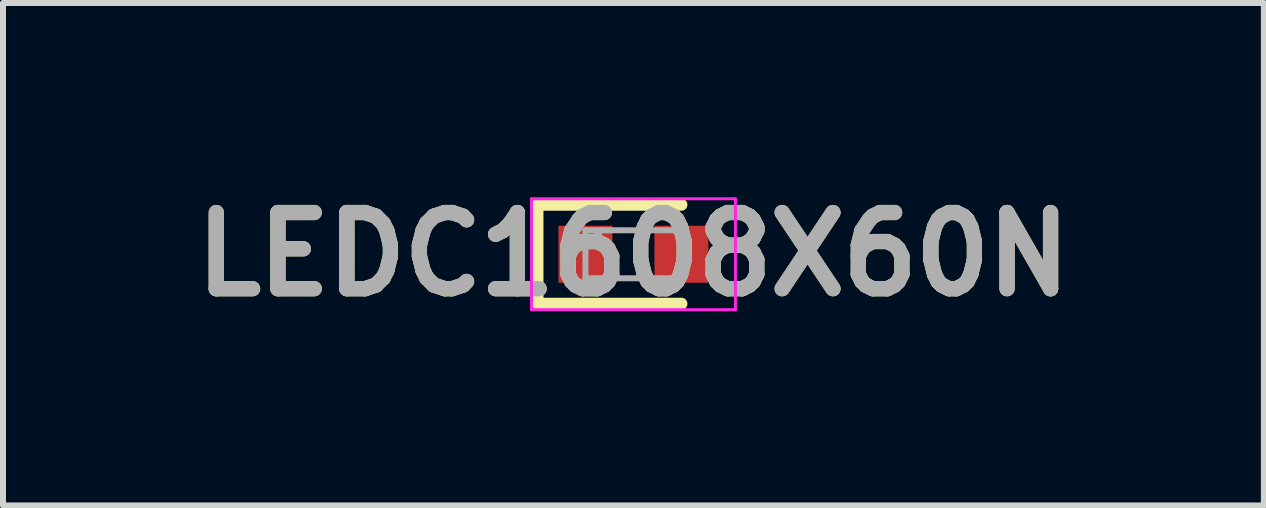
<source format=kicad_pcb>
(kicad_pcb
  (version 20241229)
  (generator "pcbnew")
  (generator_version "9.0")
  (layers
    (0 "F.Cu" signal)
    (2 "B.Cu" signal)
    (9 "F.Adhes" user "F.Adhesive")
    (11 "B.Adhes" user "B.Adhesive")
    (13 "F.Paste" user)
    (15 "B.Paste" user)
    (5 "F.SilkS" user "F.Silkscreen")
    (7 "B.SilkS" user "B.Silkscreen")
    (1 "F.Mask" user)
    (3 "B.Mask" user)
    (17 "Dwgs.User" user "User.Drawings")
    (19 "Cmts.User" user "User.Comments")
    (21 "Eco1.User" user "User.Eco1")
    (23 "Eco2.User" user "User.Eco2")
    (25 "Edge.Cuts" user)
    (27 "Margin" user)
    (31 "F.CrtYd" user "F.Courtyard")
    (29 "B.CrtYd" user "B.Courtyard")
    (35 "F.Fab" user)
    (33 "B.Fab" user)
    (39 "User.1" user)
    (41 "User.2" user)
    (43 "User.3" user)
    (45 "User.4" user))
  (footprint "LEDC1608X60N"
    (layer "F.Cu")
    (at 7.511 1.189)
    (property "Reference" "LEDC1608X60N" (at 0 0 0) (layer "F.SilkS") (effects (font (size 1.27 1.27) (thickness 0.254))))
    (attr smd)
    (fp_line (start -1.6 -0.825) (end -1.6 0.825) (stroke (width 0.2) (type solid)) (layer "F.SilkS"))
    (fp_line (start -1.6 0.825) (end 0.8 0.825) (stroke (width 0.2) (type solid)) (layer "F.SilkS"))
    (fp_line (start 0.8 -0.825) (end -1.6 -0.825) (stroke (width 0.2) (type solid)) (layer "F.SilkS"))
    (fp_line (start -1.7 -0.925) (end 1.7 -0.925) (stroke (width 0.05) (type solid)) (layer "F.CrtYd"))
    (fp_line (start -1.7 0.925) (end -1.7 -0.925) (stroke (width 0.05) (type solid)) (layer "F.CrtYd"))
    (fp_line (start 1.7 -0.925) (end 1.7 0.925) (stroke (width 0.05) (type solid)) (layer "F.CrtYd"))
    (fp_line (start 1.7 0.925) (end -1.7 0.925) (stroke (width 0.05) (type solid)) (layer "F.CrtYd"))
    (fp_line (start -0.8 -0.4) (end 0.8 -0.4) (stroke (width 0.1) (type solid)) (layer "F.Fab"))
    (fp_line (start -0.8 -0.133) (end -0.533 -0.4) (stroke (width 0.1) (type solid)) (layer "F.Fab"))
    (fp_line (start -0.8 0.4) (end -0.8 -0.4) (stroke (width 0.1) (type solid)) (layer "F.Fab"))
    (fp_line (start 0.8 -0.4) (end 0.8 0.4) (stroke (width 0.1) (type solid)) (layer "F.Fab"))
    (fp_line (start 0.8 0.4) (end -0.8 0.4) (stroke (width 0.1) (type solid)) (layer "F.Fab"))
    (fp_text user "${REFERENCE}" (at 0 0 0) (layer "F.Fab") (effects (font (size 1.27 1.27) (thickness 0.254))))
    (pad "1" smd rect (at -0.8 0) (size 0.9 0.95) (layers "F.Cu" "F.Mask" "F.Paste"))
    (pad "2" smd rect (at 0.8 0) (size 0.9 0.95) (layers "F.Cu" "F.Mask" "F.Paste")))
  (gr_rect
    (start -3 -3)
    (end 18.022 5.377)
    (stroke (width 0.1) (type default))
    (fill no)
    (layer "Edge.Cuts")))
</source>
